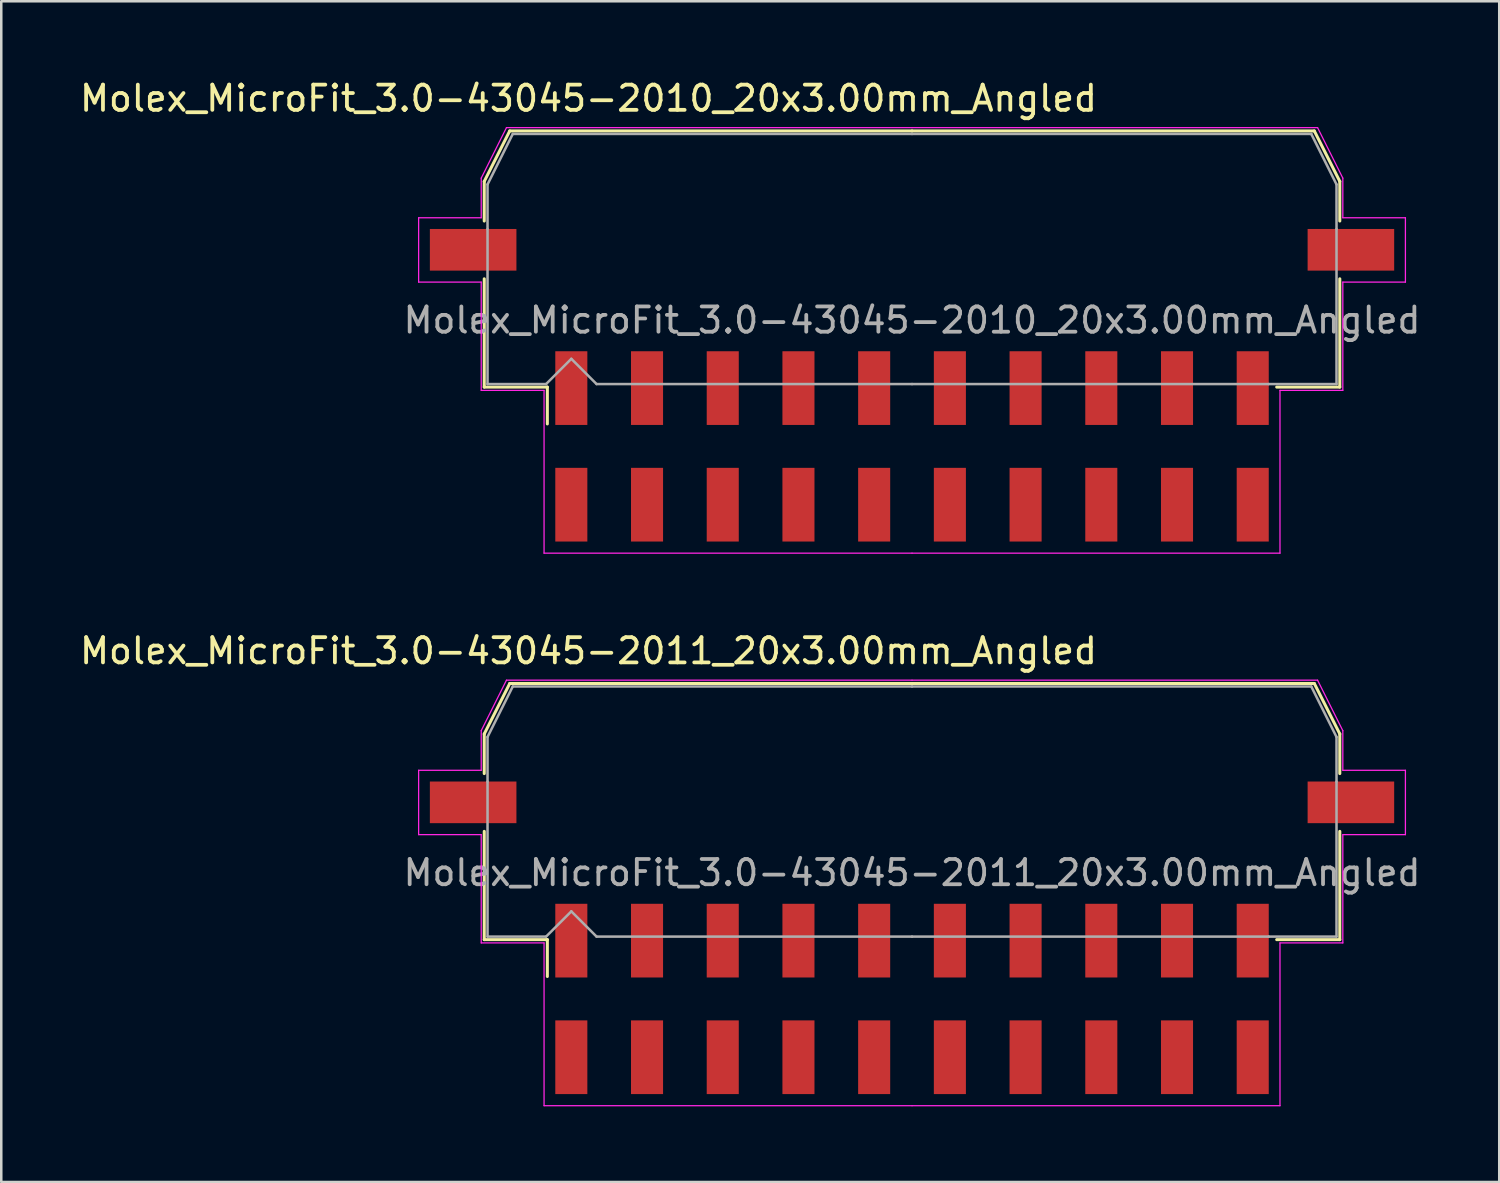
<source format=kicad_pcb>
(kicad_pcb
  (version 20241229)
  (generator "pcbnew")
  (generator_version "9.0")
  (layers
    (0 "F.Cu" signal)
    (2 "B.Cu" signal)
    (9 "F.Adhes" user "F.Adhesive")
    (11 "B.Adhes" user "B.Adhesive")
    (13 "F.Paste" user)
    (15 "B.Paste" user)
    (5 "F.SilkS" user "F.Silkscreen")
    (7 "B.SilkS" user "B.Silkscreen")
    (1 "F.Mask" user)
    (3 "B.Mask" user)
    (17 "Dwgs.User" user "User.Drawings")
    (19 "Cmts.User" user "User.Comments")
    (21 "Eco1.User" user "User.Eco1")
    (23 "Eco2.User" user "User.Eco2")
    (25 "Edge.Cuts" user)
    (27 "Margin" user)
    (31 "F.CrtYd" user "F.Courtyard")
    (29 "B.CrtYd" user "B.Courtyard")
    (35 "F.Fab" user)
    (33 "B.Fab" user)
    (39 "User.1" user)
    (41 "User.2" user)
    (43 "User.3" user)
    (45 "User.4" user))
  (footprint "Molex_MicroFit_3.0-43045-2010_20x3.00mm_Angled"
    (layer "F.Cu")
    (at 33.088 14.638)
    (property "Reference" "Molex_MicroFit_3.0-43045-2010_20x3.00mm_Angled" (at -12.82 -13.79 0) (layer "F.SilkS") (effects (font (size 1 1) (thickness 0.15))))
    (attr smd)
    (fp_line (start -16.95 -10.5) (end -16.95 -8.93) (stroke (width 0.12) (type solid)) (layer "F.SilkS"))
    (fp_line (start -16.95 -6.64) (end -16.95 -2.35) (stroke (width 0.12) (type solid)) (layer "F.SilkS"))
    (fp_line (start -16.95 -2.35) (end -14.45 -2.35) (stroke (width 0.12) (type solid)) (layer "F.SilkS"))
    (fp_line (start -15.94 -12.5) (end -16.95 -10.5) (stroke (width 0.12) (type solid)) (layer "F.SilkS"))
    (fp_line (start -14.45 -2.35) (end -14.45 -0.89) (stroke (width 0.12) (type solid)) (layer "F.SilkS"))
    (fp_line (start 0 -12.5) (end -15.94 -12.5) (stroke (width 0.12) (type solid)) (layer "F.SilkS"))
    (fp_line (start 0 -12.5) (end 15.94 -12.5) (stroke (width 0.12) (type solid)) (layer "F.SilkS"))
    (fp_line (start 15.94 -12.5) (end 16.95 -10.5) (stroke (width 0.12) (type solid)) (layer "F.SilkS"))
    (fp_line (start 16.95 -10.5) (end 16.95 -8.93) (stroke (width 0.12) (type solid)) (layer "F.SilkS"))
    (fp_line (start 16.95 -6.64) (end 16.95 -2.35) (stroke (width 0.12) (type solid)) (layer "F.SilkS"))
    (fp_line (start 16.95 -2.35) (end 14.45 -2.35) (stroke (width 0.12) (type solid)) (layer "F.SilkS"))
    (fp_line (start -19.55 -9.06) (end -19.55 -6.51) (stroke (width 0.05) (type solid)) (layer "F.CrtYd"))
    (fp_line (start -19.55 -6.51) (end -17.07 -6.51) (stroke (width 0.05) (type solid)) (layer "F.CrtYd"))
    (fp_line (start -17.07 -10.63) (end -17.07 -9.06) (stroke (width 0.05) (type solid)) (layer "F.CrtYd"))
    (fp_line (start -17.07 -9.06) (end -19.55 -9.06) (stroke (width 0.05) (type solid)) (layer "F.CrtYd"))
    (fp_line (start -17.07 -6.51) (end -17.07 -2.22) (stroke (width 0.05) (type solid)) (layer "F.CrtYd"))
    (fp_line (start -17.07 -2.22) (end -14.58 -2.22) (stroke (width 0.05) (type solid)) (layer "F.CrtYd"))
    (fp_line (start -16.07 -12.63) (end -17.07 -10.63) (stroke (width 0.05) (type solid)) (layer "F.CrtYd"))
    (fp_line (start -14.58 -2.22) (end -14.58 4.23) (stroke (width 0.05) (type solid)) (layer "F.CrtYd"))
    (fp_line (start -14.58 4.23) (end 0 4.23) (stroke (width 0.05) (type solid)) (layer "F.CrtYd"))
    (fp_line (start 0 -12.63) (end -16.07 -12.63) (stroke (width 0.05) (type solid)) (layer "F.CrtYd"))
    (fp_line (start 0 -12.63) (end 16.07 -12.63) (stroke (width 0.05) (type solid)) (layer "F.CrtYd"))
    (fp_line (start 14.58 -2.22) (end 14.58 4.23) (stroke (width 0.05) (type solid)) (layer "F.CrtYd"))
    (fp_line (start 14.58 4.23) (end 0 4.23) (stroke (width 0.05) (type solid)) (layer "F.CrtYd"))
    (fp_line (start 16.07 -12.63) (end 17.07 -10.63) (stroke (width 0.05) (type solid)) (layer "F.CrtYd"))
    (fp_line (start 17.07 -10.63) (end 17.07 -9.06) (stroke (width 0.05) (type solid)) (layer "F.CrtYd"))
    (fp_line (start 17.07 -9.06) (end 19.55 -9.06) (stroke (width 0.05) (type solid)) (layer "F.CrtYd"))
    (fp_line (start 17.07 -6.51) (end 17.07 -2.22) (stroke (width 0.05) (type solid)) (layer "F.CrtYd"))
    (fp_line (start 17.07 -2.22) (end 14.58 -2.22) (stroke (width 0.05) (type solid)) (layer "F.CrtYd"))
    (fp_line (start 19.55 -9.06) (end 19.55 -6.51) (stroke (width 0.05) (type solid)) (layer "F.CrtYd"))
    (fp_line (start 19.55 -6.51) (end 17.07 -6.51) (stroke (width 0.05) (type solid)) (layer "F.CrtYd"))
    (fp_line (start -16.82 -10.38) (end -16.82 -8.61) (stroke (width 0.1) (type solid)) (layer "F.Fab"))
    (fp_line (start -16.82 -8.61) (end -16.82 -2.47) (stroke (width 0.1) (type solid)) (layer "F.Fab"))
    (fp_line (start -16.82 -2.47) (end -14.5 -2.47) (stroke (width 0.1) (type solid)) (layer "F.Fab"))
    (fp_line (start -15.82 -12.38) (end -16.82 -10.38) (stroke (width 0.1) (type solid)) (layer "F.Fab"))
    (fp_line (start -14.5 -2.47) (end -13.5 -3.47) (stroke (width 0.1) (type solid)) (layer "F.Fab"))
    (fp_line (start -13.5 -3.47) (end -12.5 -2.47) (stroke (width 0.1) (type solid)) (layer "F.Fab"))
    (fp_line (start -12.5 -2.47) (end 0 -2.47) (stroke (width 0.1) (type solid)) (layer "F.Fab"))
    (fp_line (start 0 -12.38) (end -15.82 -12.38) (stroke (width 0.1) (type solid)) (layer "F.Fab"))
    (fp_line (start 0 -12.38) (end 15.82 -12.38) (stroke (width 0.1) (type solid)) (layer "F.Fab"))
    (fp_line (start 14.13 -2.47) (end 0 -2.47) (stroke (width 0.1) (type solid)) (layer "F.Fab"))
    (fp_line (start 15.82 -12.38) (end 16.82 -10.38) (stroke (width 0.1) (type solid)) (layer "F.Fab"))
    (fp_line (start 16.82 -10.38) (end 16.82 -8.61) (stroke (width 0.1) (type solid)) (layer "F.Fab"))
    (fp_line (start 16.82 -8.61) (end 16.82 -2.47) (stroke (width 0.1) (type solid)) (layer "F.Fab"))
    (fp_line (start 16.82 -2.47) (end 14.13 -2.47) (stroke (width 0.1) (type solid)) (layer "F.Fab"))
    (fp_text user "${REFERENCE}" (at 0 -5 0) (layer "F.Fab") (effects (font (size 1 1) (thickness 0.15))))
    (pad "" smd rect (at -17.39 -7.79) (size 3.43 1.65) (layers "F.Cu" "F.Mask" "F.Paste"))
    (pad "" smd rect (at 17.39 -7.79) (size 3.43 1.65) (layers "F.Cu" "F.Mask" "F.Paste"))
    (pad "1" smd rect (at -13.5 -2.31) (size 1.27 2.92) (layers "F.Cu" "F.Mask" "F.Paste"))
    (pad "2" smd rect (at -10.5 -2.31) (size 1.27 2.92) (layers "F.Cu" "F.Mask" "F.Paste"))
    (pad "3" smd rect (at -7.5 -2.31) (size 1.27 2.92) (layers "F.Cu" "F.Mask" "F.Paste"))
    (pad "4" smd rect (at -4.5 -2.31) (size 1.27 2.92) (layers "F.Cu" "F.Mask" "F.Paste"))
    (pad "5" smd rect (at -1.5 -2.31) (size 1.27 2.92) (layers "F.Cu" "F.Mask" "F.Paste"))
    (pad "6" smd rect (at 1.5 -2.31) (size 1.27 2.92) (layers "F.Cu" "F.Mask" "F.Paste"))
    (pad "7" smd rect (at 4.5 -2.31) (size 1.27 2.92) (layers "F.Cu" "F.Mask" "F.Paste"))
    (pad "8" smd rect (at 7.5 -2.31) (size 1.27 2.92) (layers "F.Cu" "F.Mask" "F.Paste"))
    (pad "9" smd rect (at 10.5 -2.31) (size 1.27 2.92) (layers "F.Cu" "F.Mask" "F.Paste"))
    (pad "10" smd rect (at 13.5 -2.31) (size 1.27 2.92) (layers "F.Cu" "F.Mask" "F.Paste"))
    (pad "11" smd rect (at 13.5 2.31) (size 1.27 2.92) (layers "F.Cu" "F.Mask" "F.Paste"))
    (pad "12" smd rect (at 10.5 2.31) (size 1.27 2.92) (layers "F.Cu" "F.Mask" "F.Paste"))
    (pad "13" smd rect (at 7.5 2.31) (size 1.27 2.92) (layers "F.Cu" "F.Mask" "F.Paste"))
    (pad "14" smd rect (at 4.5 2.31) (size 1.27 2.92) (layers "F.Cu" "F.Mask" "F.Paste"))
    (pad "15" smd rect (at 1.5 2.31) (size 1.27 2.92) (layers "F.Cu" "F.Mask" "F.Paste"))
    (pad "16" smd rect (at -1.5 2.31) (size 1.27 2.92) (layers "F.Cu" "F.Mask" "F.Paste"))
    (pad "17" smd rect (at -4.5 2.31) (size 1.27 2.92) (layers "F.Cu" "F.Mask" "F.Paste"))
    (pad "18" smd rect (at -7.5 2.31) (size 1.27 2.92) (layers "F.Cu" "F.Mask" "F.Paste"))
    (pad "19" smd rect (at -10.5 2.31) (size 1.27 2.92) (layers "F.Cu" "F.Mask" "F.Paste"))
    (pad "20" smd rect (at -13.5 2.31) (size 1.27 2.92) (layers "F.Cu" "F.Mask" "F.Paste")))
  (footprint "Molex_MicroFit_3.0-43045-2011_20x3.00mm_Angled"
    (layer "F.Cu")
    (at 33.088 36.532)
    (property "Reference" "Molex_MicroFit_3.0-43045-2011_20x3.00mm_Angled" (at -12.82 -13.79 0) (layer "F.SilkS") (effects (font (size 1 1) (thickness 0.15))))
    (attr smd)
    (fp_line (start -16.95 -10.5) (end -16.95 -8.93) (stroke (width 0.12) (type solid)) (layer "F.SilkS"))
    (fp_line (start -16.95 -6.64) (end -16.95 -2.35) (stroke (width 0.12) (type solid)) (layer "F.SilkS"))
    (fp_line (start -16.95 -2.35) (end -14.45 -2.35) (stroke (width 0.12) (type solid)) (layer "F.SilkS"))
    (fp_line (start -15.94 -12.5) (end -16.95 -10.5) (stroke (width 0.12) (type solid)) (layer "F.SilkS"))
    (fp_line (start -14.45 -2.35) (end -14.45 -0.89) (stroke (width 0.12) (type solid)) (layer "F.SilkS"))
    (fp_line (start 0 -12.5) (end -15.94 -12.5) (stroke (width 0.12) (type solid)) (layer "F.SilkS"))
    (fp_line (start 0 -12.5) (end 15.94 -12.5) (stroke (width 0.12) (type solid)) (layer "F.SilkS"))
    (fp_line (start 15.94 -12.5) (end 16.95 -10.5) (stroke (width 0.12) (type solid)) (layer "F.SilkS"))
    (fp_line (start 16.95 -10.5) (end 16.95 -8.93) (stroke (width 0.12) (type solid)) (layer "F.SilkS"))
    (fp_line (start 16.95 -6.64) (end 16.95 -2.35) (stroke (width 0.12) (type solid)) (layer "F.SilkS"))
    (fp_line (start 16.95 -2.35) (end 14.45 -2.35) (stroke (width 0.12) (type solid)) (layer "F.SilkS"))
    (fp_line (start -19.55 -9.06) (end -19.55 -6.51) (stroke (width 0.05) (type solid)) (layer "F.CrtYd"))
    (fp_line (start -19.55 -6.51) (end -17.07 -6.51) (stroke (width 0.05) (type solid)) (layer "F.CrtYd"))
    (fp_line (start -17.07 -10.63) (end -17.07 -9.06) (stroke (width 0.05) (type solid)) (layer "F.CrtYd"))
    (fp_line (start -17.07 -9.06) (end -19.55 -9.06) (stroke (width 0.05) (type solid)) (layer "F.CrtYd"))
    (fp_line (start -17.07 -6.51) (end -17.07 -2.22) (stroke (width 0.05) (type solid)) (layer "F.CrtYd"))
    (fp_line (start -17.07 -2.22) (end -14.58 -2.22) (stroke (width 0.05) (type solid)) (layer "F.CrtYd"))
    (fp_line (start -16.07 -12.63) (end -17.07 -10.63) (stroke (width 0.05) (type solid)) (layer "F.CrtYd"))
    (fp_line (start -14.58 -2.22) (end -14.58 4.23) (stroke (width 0.05) (type solid)) (layer "F.CrtYd"))
    (fp_line (start -14.58 4.23) (end 0 4.23) (stroke (width 0.05) (type solid)) (layer "F.CrtYd"))
    (fp_line (start 0 -12.63) (end -16.07 -12.63) (stroke (width 0.05) (type solid)) (layer "F.CrtYd"))
    (fp_line (start 0 -12.63) (end 16.07 -12.63) (stroke (width 0.05) (type solid)) (layer "F.CrtYd"))
    (fp_line (start 14.58 -2.22) (end 14.58 4.23) (stroke (width 0.05) (type solid)) (layer "F.CrtYd"))
    (fp_line (start 14.58 4.23) (end 0 4.23) (stroke (width 0.05) (type solid)) (layer "F.CrtYd"))
    (fp_line (start 16.07 -12.63) (end 17.07 -10.63) (stroke (width 0.05) (type solid)) (layer "F.CrtYd"))
    (fp_line (start 17.07 -10.63) (end 17.07 -9.06) (stroke (width 0.05) (type solid)) (layer "F.CrtYd"))
    (fp_line (start 17.07 -9.06) (end 19.55 -9.06) (stroke (width 0.05) (type solid)) (layer "F.CrtYd"))
    (fp_line (start 17.07 -6.51) (end 17.07 -2.22) (stroke (width 0.05) (type solid)) (layer "F.CrtYd"))
    (fp_line (start 17.07 -2.22) (end 14.58 -2.22) (stroke (width 0.05) (type solid)) (layer "F.CrtYd"))
    (fp_line (start 19.55 -9.06) (end 19.55 -6.51) (stroke (width 0.05) (type solid)) (layer "F.CrtYd"))
    (fp_line (start 19.55 -6.51) (end 17.07 -6.51) (stroke (width 0.05) (type solid)) (layer "F.CrtYd"))
    (fp_line (start -16.82 -10.38) (end -16.82 -8.61) (stroke (width 0.1) (type solid)) (layer "F.Fab"))
    (fp_line (start -16.82 -8.61) (end -16.82 -2.47) (stroke (width 0.1) (type solid)) (layer "F.Fab"))
    (fp_line (start -16.82 -2.47) (end -14.5 -2.47) (stroke (width 0.1) (type solid)) (layer "F.Fab"))
    (fp_line (start -15.82 -12.38) (end -16.82 -10.38) (stroke (width 0.1) (type solid)) (layer "F.Fab"))
    (fp_line (start -14.5 -2.47) (end -13.5 -3.47) (stroke (width 0.1) (type solid)) (layer "F.Fab"))
    (fp_line (start -13.5 -3.47) (end -12.5 -2.47) (stroke (width 0.1) (type solid)) (layer "F.Fab"))
    (fp_line (start -12.5 -2.47) (end 0 -2.47) (stroke (width 0.1) (type solid)) (layer "F.Fab"))
    (fp_line (start 0 -12.38) (end -15.82 -12.38) (stroke (width 0.1) (type solid)) (layer "F.Fab"))
    (fp_line (start 0 -12.38) (end 15.82 -12.38) (stroke (width 0.1) (type solid)) (layer "F.Fab"))
    (fp_line (start 14.13 -2.47) (end 0 -2.47) (stroke (width 0.1) (type solid)) (layer "F.Fab"))
    (fp_line (start 15.82 -12.38) (end 16.82 -10.38) (stroke (width 0.1) (type solid)) (layer "F.Fab"))
    (fp_line (start 16.82 -10.38) (end 16.82 -8.61) (stroke (width 0.1) (type solid)) (layer "F.Fab"))
    (fp_line (start 16.82 -8.61) (end 16.82 -2.47) (stroke (width 0.1) (type solid)) (layer "F.Fab"))
    (fp_line (start 16.82 -2.47) (end 14.13 -2.47) (stroke (width 0.1) (type solid)) (layer "F.Fab"))
    (fp_text user "${REFERENCE}" (at 0 -5 0) (layer "F.Fab") (effects (font (size 1 1) (thickness 0.15))))
    (pad "" smd rect (at -17.39 -7.79) (size 3.43 1.65) (layers "F.Cu" "F.Mask" "F.Paste"))
    (pad "" smd rect (at 17.39 -7.79) (size 3.43 1.65) (layers "F.Cu" "F.Mask" "F.Paste"))
    (pad "1" smd rect (at -13.5 -2.31) (size 1.27 2.92) (layers "F.Cu" "F.Mask" "F.Paste"))
    (pad "2" smd rect (at -10.5 -2.31) (size 1.27 2.92) (layers "F.Cu" "F.Mask" "F.Paste"))
    (pad "3" smd rect (at -7.5 -2.31) (size 1.27 2.92) (layers "F.Cu" "F.Mask" "F.Paste"))
    (pad "4" smd rect (at -4.5 -2.31) (size 1.27 2.92) (layers "F.Cu" "F.Mask" "F.Paste"))
    (pad "5" smd rect (at -1.5 -2.31) (size 1.27 2.92) (layers "F.Cu" "F.Mask" "F.Paste"))
    (pad "6" smd rect (at 1.5 -2.31) (size 1.27 2.92) (layers "F.Cu" "F.Mask" "F.Paste"))
    (pad "7" smd rect (at 4.5 -2.31) (size 1.27 2.92) (layers "F.Cu" "F.Mask" "F.Paste"))
    (pad "8" smd rect (at 7.5 -2.31) (size 1.27 2.92) (layers "F.Cu" "F.Mask" "F.Paste"))
    (pad "9" smd rect (at 10.5 -2.31) (size 1.27 2.92) (layers "F.Cu" "F.Mask" "F.Paste"))
    (pad "10" smd rect (at 13.5 -2.31) (size 1.27 2.92) (layers "F.Cu" "F.Mask" "F.Paste"))
    (pad "11" smd rect (at 13.5 2.31) (size 1.27 2.92) (layers "F.Cu" "F.Mask" "F.Paste"))
    (pad "12" smd rect (at 10.5 2.31) (size 1.27 2.92) (layers "F.Cu" "F.Mask" "F.Paste"))
    (pad "13" smd rect (at 7.5 2.31) (size 1.27 2.92) (layers "F.Cu" "F.Mask" "F.Paste"))
    (pad "14" smd rect (at 4.5 2.31) (size 1.27 2.92) (layers "F.Cu" "F.Mask" "F.Paste"))
    (pad "15" smd rect (at 1.5 2.31) (size 1.27 2.92) (layers "F.Cu" "F.Mask" "F.Paste"))
    (pad "16" smd rect (at -1.5 2.31) (size 1.27 2.92) (layers "F.Cu" "F.Mask" "F.Paste"))
    (pad "17" smd rect (at -4.5 2.31) (size 1.27 2.92) (layers "F.Cu" "F.Mask" "F.Paste"))
    (pad "18" smd rect (at -7.5 2.31) (size 1.27 2.92) (layers "F.Cu" "F.Mask" "F.Paste"))
    (pad "19" smd rect (at -10.5 2.31) (size 1.27 2.92) (layers "F.Cu" "F.Mask" "F.Paste"))
    (pad "20" smd rect (at -13.5 2.31) (size 1.27 2.92) (layers "F.Cu" "F.Mask" "F.Paste")))
  (gr_rect
    (start -3 -3)
    (end 56.356 43.786)
    (stroke (width 0.1) (type default))
    (fill no)
    (layer "Edge.Cuts")))
</source>
